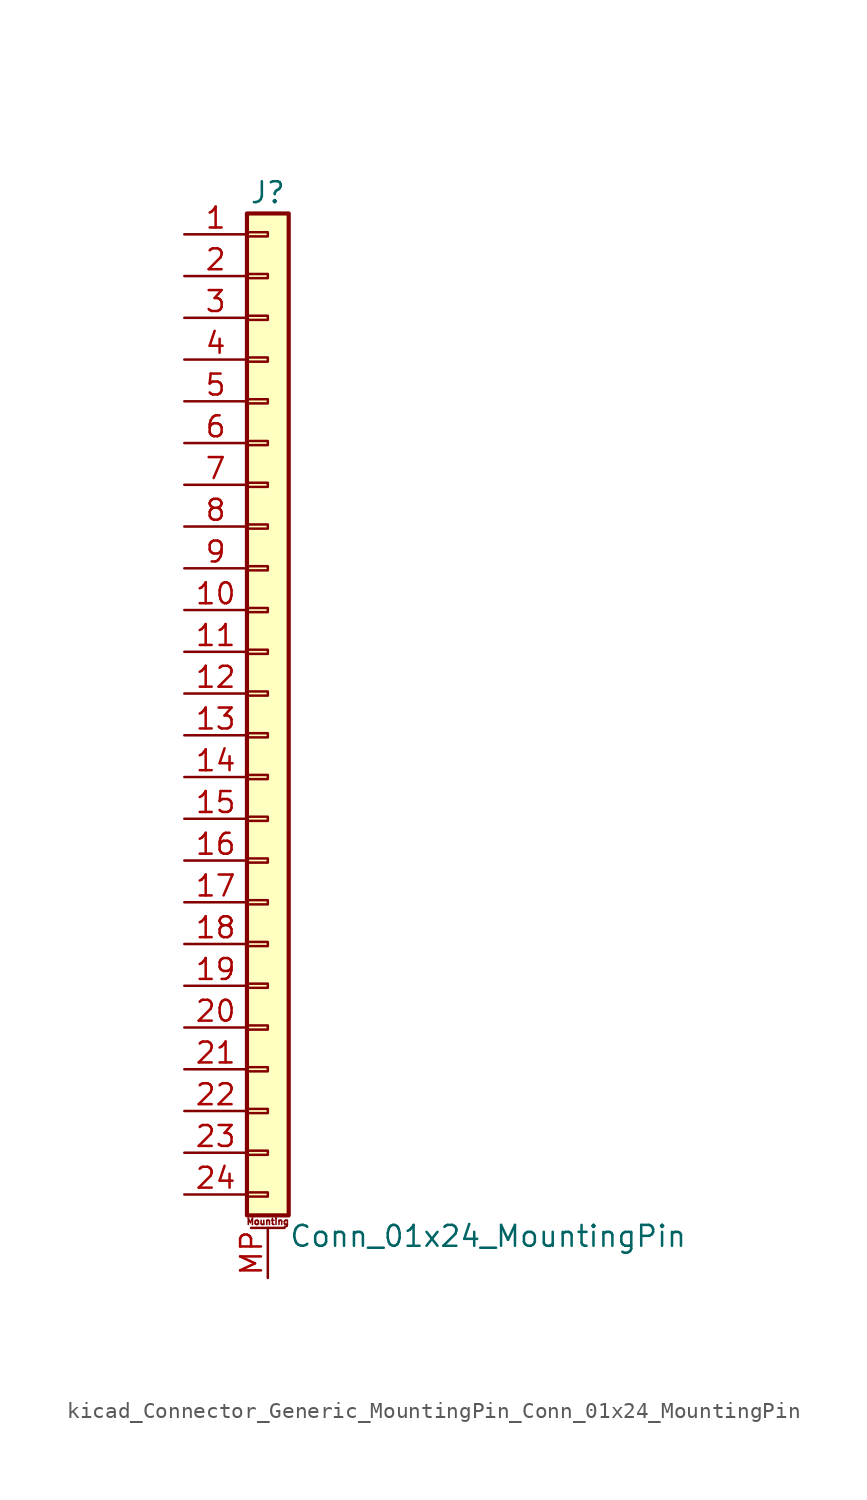
<source format=kicad_sym>
(kicad_symbol_lib
  (version 20220914)
  (generator kicad_symbol_editor)
  (symbol "kicad_Connector_Generic_MountingPin_Conn_01x24_MountingPin"
    (pin_names
      (offset 1.016) hide)
    (property "Reference" "J"
      (at 0 30.48 0)
      (effects (font (size 1.27 1.27))))
    (property "Value" "Conn_01x24_MountingPin"
      (at 1.27 -33.02 0)
      (effects (font (size 1.27 1.27)) (justify left)))
    (symbol "kicad_Connector_Generic_MountingPin_Conn_01x24_MountingPin_1_1"
      (rectangle (start -1.27 -30.353) (end 0 -30.607) (stroke (width 0.152) (type default)) (fill (type none)))
      (rectangle (start -1.27 -27.813) (end 0 -28.067) (stroke (width 0.152) (type default)) (fill (type none)))
      (rectangle (start -1.27 -25.273) (end 0 -25.527) (stroke (width 0.152) (type default)) (fill (type none)))
      (rectangle (start -1.27 -22.733) (end 0 -22.987) (stroke (width 0.152) (type default)) (fill (type none)))
      (rectangle (start -1.27 -20.193) (end 0 -20.447) (stroke (width 0.152) (type default)) (fill (type none)))
      (rectangle (start -1.27 -17.653) (end 0 -17.907) (stroke (width 0.152) (type default)) (fill (type none)))
      (rectangle (start -1.27 -15.113) (end 0 -15.367) (stroke (width 0.152) (type default)) (fill (type none)))
      (rectangle (start -1.27 -12.573) (end 0 -12.827) (stroke (width 0.152) (type default)) (fill (type none)))
      (rectangle (start -1.27 -10.033) (end 0 -10.287) (stroke (width 0.152) (type default)) (fill (type none)))
      (rectangle (start -1.27 -7.493) (end 0 -7.747) (stroke (width 0.152) (type default)) (fill (type none)))
      (rectangle (start -1.27 -4.953) (end 0 -5.207) (stroke (width 0.152) (type default)) (fill (type none)))
      (rectangle (start -1.27 -2.413) (end 0 -2.667) (stroke (width 0.152) (type default)) (fill (type none)))
      (rectangle (start -1.27 0.127) (end 0 -0.127) (stroke (width 0.152) (type default)) (fill (type none)))
      (rectangle (start -1.27 2.667) (end 0 2.413) (stroke (width 0.152) (type default)) (fill (type none)))
      (rectangle (start -1.27 5.207) (end 0 4.953) (stroke (width 0.152) (type default)) (fill (type none)))
      (rectangle (start -1.27 7.747) (end 0 7.493) (stroke (width 0.152) (type default)) (fill (type none)))
      (rectangle (start -1.27 10.287) (end 0 10.033) (stroke (width 0.152) (type default)) (fill (type none)))
      (rectangle (start -1.27 12.827) (end 0 12.573) (stroke (width 0.152) (type default)) (fill (type none)))
      (rectangle (start -1.27 15.367) (end 0 15.113) (stroke (width 0.152) (type default)) (fill (type none)))
      (rectangle (start -1.27 17.907) (end 0 17.653) (stroke (width 0.152) (type default)) (fill (type none)))
      (rectangle (start -1.27 20.447) (end 0 20.193) (stroke (width 0.152) (type default)) (fill (type none)))
      (rectangle (start -1.27 22.987) (end 0 22.733) (stroke (width 0.152) (type default)) (fill (type none)))
      (rectangle (start -1.27 25.527) (end 0 25.273) (stroke (width 0.152) (type default)) (fill (type none)))
      (rectangle (start -1.27 28.067) (end 0 27.813) (stroke (width 0.152) (type default)) (fill (type none)))
      (rectangle (start -1.27 29.21) (end 1.27 -31.75) (stroke (width 0.254) (type default)) (fill (type background)))
      (polyline (pts (xy -1.016 -32.512) (xy 1.016 -32.512)) (stroke (width 0.152) (type default)) (fill (type none)))
      (text "Mounting" (at 0 -32.131 0) (effects (font (size 0.381 0.381))))
      (pin passive line (at -5.08 27.94 0) (length 3.81) (name "Pin_1" (effects (font (size 1.27 1.27)))) (number "1" (effects (font (size 1.27 1.27)))))
      (pin passive line (at -5.08 5.08 0) (length 3.81) (name "Pin_10" (effects (font (size 1.27 1.27)))) (number "10" (effects (font (size 1.27 1.27)))))
      (pin passive line (at -5.08 2.54 0) (length 3.81) (name "Pin_11" (effects (font (size 1.27 1.27)))) (number "11" (effects (font (size 1.27 1.27)))))
      (pin passive line (at -5.08 0 0) (length 3.81) (name "Pin_12" (effects (font (size 1.27 1.27)))) (number "12" (effects (font (size 1.27 1.27)))))
      (pin passive line (at -5.08 -2.54 0) (length 3.81) (name "Pin_13" (effects (font (size 1.27 1.27)))) (number "13" (effects (font (size 1.27 1.27)))))
      (pin passive line (at -5.08 -5.08 0) (length 3.81) (name "Pin_14" (effects (font (size 1.27 1.27)))) (number "14" (effects (font (size 1.27 1.27)))))
      (pin passive line (at -5.08 -7.62 0) (length 3.81) (name "Pin_15" (effects (font (size 1.27 1.27)))) (number "15" (effects (font (size 1.27 1.27)))))
      (pin passive line (at -5.08 -10.16 0) (length 3.81) (name "Pin_16" (effects (font (size 1.27 1.27)))) (number "16" (effects (font (size 1.27 1.27)))))
      (pin passive line (at -5.08 -12.7 0) (length 3.81) (name "Pin_17" (effects (font (size 1.27 1.27)))) (number "17" (effects (font (size 1.27 1.27)))))
      (pin passive line (at -5.08 -15.24 0) (length 3.81) (name "Pin_18" (effects (font (size 1.27 1.27)))) (number "18" (effects (font (size 1.27 1.27)))))
      (pin passive line (at -5.08 -17.78 0) (length 3.81) (name "Pin_19" (effects (font (size 1.27 1.27)))) (number "19" (effects (font (size 1.27 1.27)))))
      (pin passive line (at -5.08 25.4 0) (length 3.81) (name "Pin_2" (effects (font (size 1.27 1.27)))) (number "2" (effects (font (size 1.27 1.27)))))
      (pin passive line (at -5.08 -20.32 0) (length 3.81) (name "Pin_20" (effects (font (size 1.27 1.27)))) (number "20" (effects (font (size 1.27 1.27)))))
      (pin passive line (at -5.08 -22.86 0) (length 3.81) (name "Pin_21" (effects (font (size 1.27 1.27)))) (number "21" (effects (font (size 1.27 1.27)))))
      (pin passive line (at -5.08 -25.4 0) (length 3.81) (name "Pin_22" (effects (font (size 1.27 1.27)))) (number "22" (effects (font (size 1.27 1.27)))))
      (pin passive line (at -5.08 -27.94 0) (length 3.81) (name "Pin_23" (effects (font (size 1.27 1.27)))) (number "23" (effects (font (size 1.27 1.27)))))
      (pin passive line (at -5.08 -30.48 0) (length 3.81) (name "Pin_24" (effects (font (size 1.27 1.27)))) (number "24" (effects (font (size 1.27 1.27)))))
      (pin passive line (at -5.08 22.86 0) (length 3.81) (name "Pin_3" (effects (font (size 1.27 1.27)))) (number "3" (effects (font (size 1.27 1.27)))))
      (pin passive line (at -5.08 20.32 0) (length 3.81) (name "Pin_4" (effects (font (size 1.27 1.27)))) (number "4" (effects (font (size 1.27 1.27)))))
      (pin passive line (at -5.08 17.78 0) (length 3.81) (name "Pin_5" (effects (font (size 1.27 1.27)))) (number "5" (effects (font (size 1.27 1.27)))))
      (pin passive line (at -5.08 15.24 0) (length 3.81) (name "Pin_6" (effects (font (size 1.27 1.27)))) (number "6" (effects (font (size 1.27 1.27)))))
      (pin passive line (at -5.08 12.7 0) (length 3.81) (name "Pin_7" (effects (font (size 1.27 1.27)))) (number "7" (effects (font (size 1.27 1.27)))))
      (pin passive line (at -5.08 10.16 0) (length 3.81) (name "Pin_8" (effects (font (size 1.27 1.27)))) (number "8" (effects (font (size 1.27 1.27)))))
      (pin passive line (at -5.08 7.62 0) (length 3.81) (name "Pin_9" (effects (font (size 1.27 1.27)))) (number "9" (effects (font (size 1.27 1.27)))))
      (pin passive line (at 0 -35.56 90) (length 3.048) (name "MountPin" (effects (font (size 1.27 1.27)))) (number "MP" (effects (font (size 1.27 1.27))))))))
</source>
